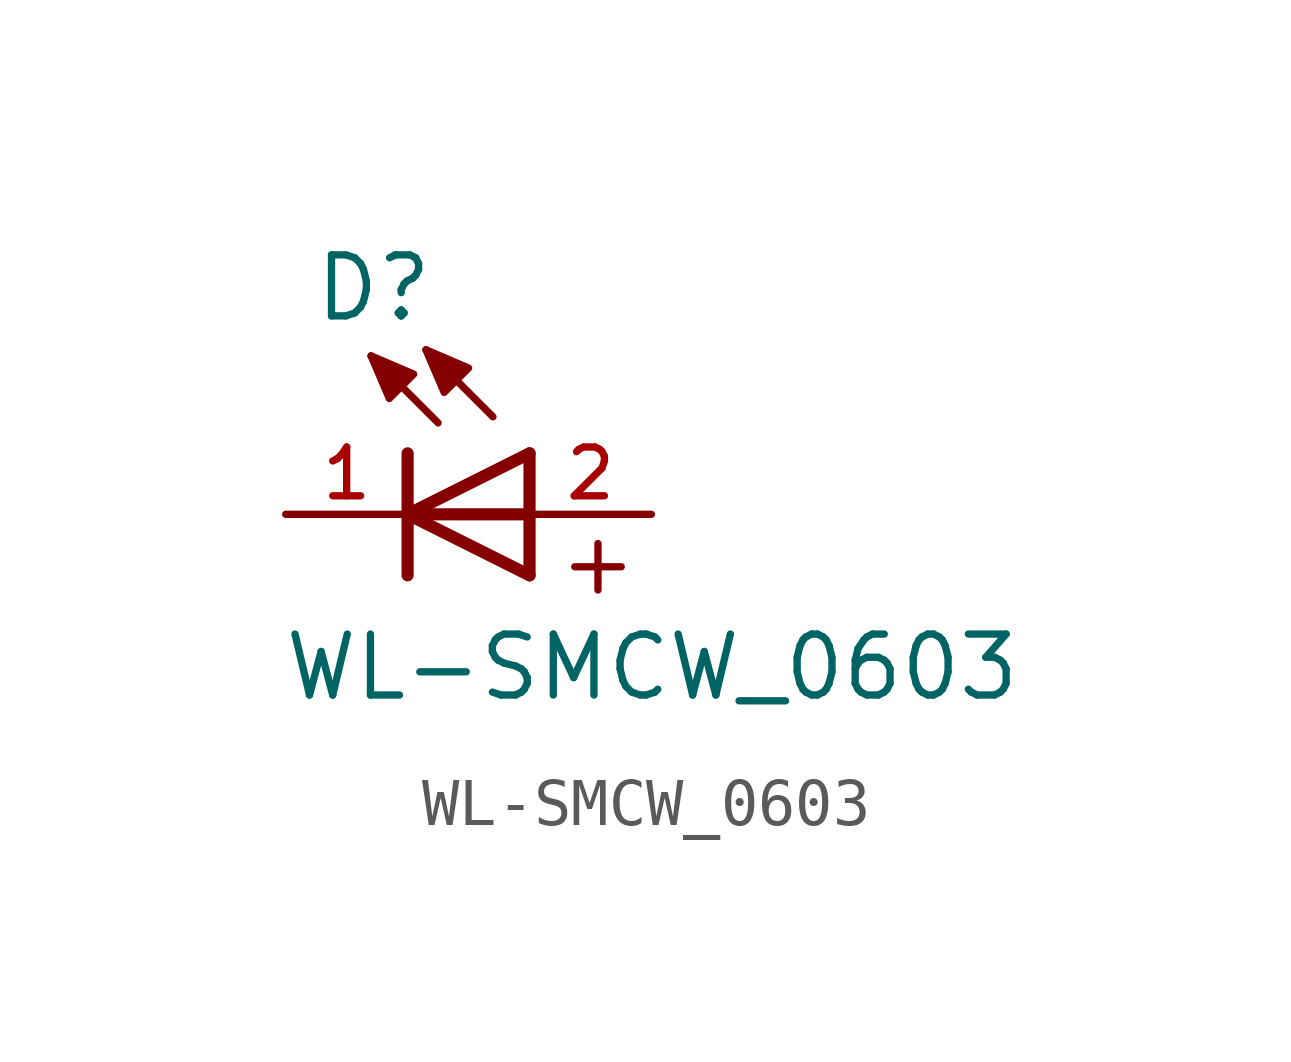
<source format=kicad_sym>
(kicad_symbol_lib
  (version 20241209)
  (generator "kicad_symbol_editor")
  (generator_version "9.0")
  (symbol "WL-SMCW_0603"
    (pin_names
      (offset 1.016))
    (property "Reference" "D"
      (at -1.988 3.972 0)
      (effects (font (size 1.27 1.27)) (justify left bottom)))
    (property "Value" "WL-SMCW_0603"
      (at -2.628 -3.928 0)
      (effects (font (size 1.27 1.27)) (justify left bottom)))
    (symbol "WL-SMCW_0603_0_0"
      (polyline (pts (xy -0.762 3.302) (xy 0.127 2.921) (xy -0.381 2.413) (xy -0.762 3.302)) (stroke (width 0.152) (type default)) (fill (type outline)))
      (polyline (pts (xy 0 0) (xy 0 1.27)) (stroke (width 0.254) (type default)) (fill (type none)))
      (polyline (pts (xy 0 0) (xy 2.54 1.27)) (stroke (width 0.254) (type default)) (fill (type none)))
      (polyline (pts (xy 0 0) (xy 2.54 0)) (stroke (width 0.254) (type default)) (fill (type none)))
      (polyline (pts (xy 0 -1.27) (xy 0 0)) (stroke (width 0.254) (type default)) (fill (type none)))
      (polyline (pts (xy 0.381 3.429) (xy 1.27 3.048) (xy 0.762 2.54) (xy 0.381 3.429)) (stroke (width 0.152) (type default)) (fill (type outline)))
      (polyline (pts (xy 0.635 1.905) (xy -0.762 3.302)) (stroke (width 0.152) (type default)) (fill (type none)))
      (polyline (pts (xy 1.778 2.032) (xy 0.381 3.429)) (stroke (width 0.152) (type default)) (fill (type none)))
      (polyline (pts (xy 2.54 0) (xy 2.54 1.27)) (stroke (width 0.254) (type default)) (fill (type none)))
      (polyline (pts (xy 2.54 -1.27) (xy 0 0)) (stroke (width 0.254) (type default)) (fill (type none)))
      (polyline (pts (xy 2.54 -1.27) (xy 2.54 0)) (stroke (width 0.254) (type default)) (fill (type none)))
      (text "+" (at 3.08 -1.74 0) (effects (font (size 1.27 1.27)) (justify left bottom)))
      (pin passive line (at -2.54 0 0) (length 2.54) (name "~" (effects (font (size 1.016 1.016)))) (number "1" (effects (font (size 1.016 1.016)))))
      (pin passive line (at 5.08 0 180) (length 2.54) (name "~" (effects (font (size 1.016 1.016)))) (number "2" (effects (font (size 1.016 1.016))))))))
</source>
